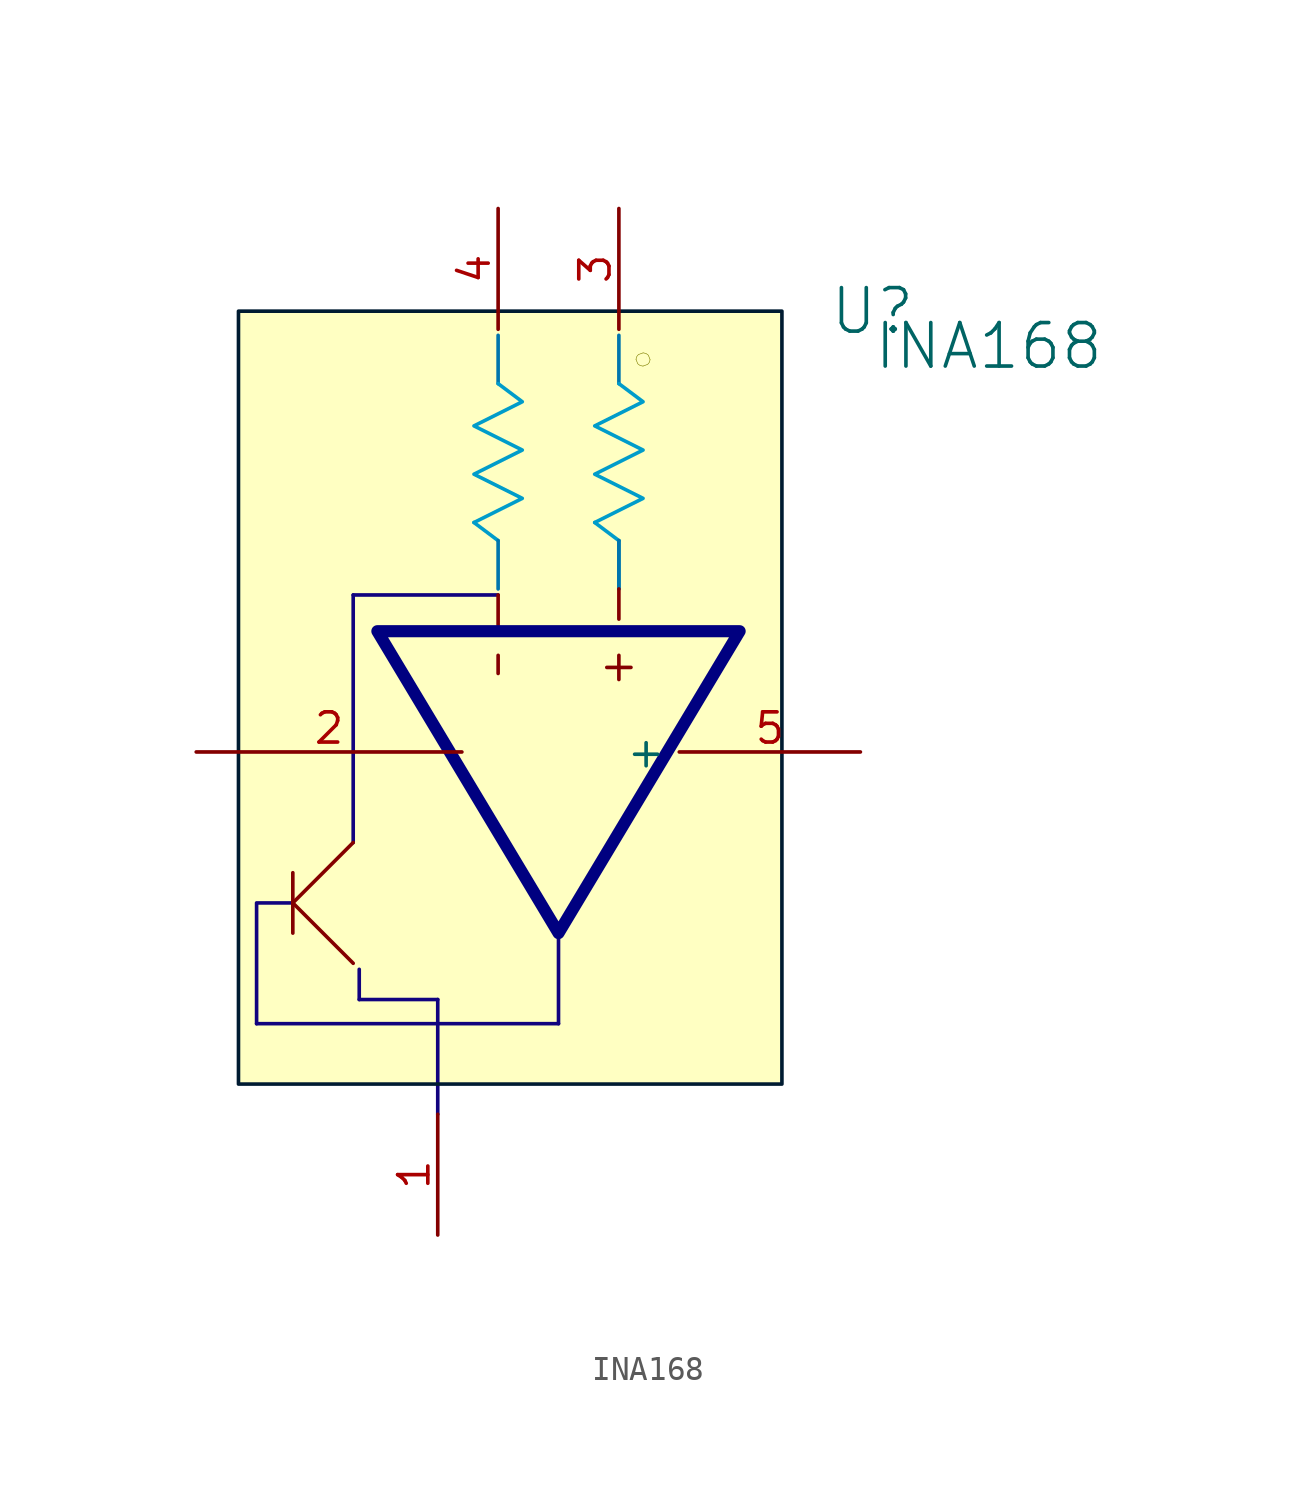
<source format=kicad_sym>
(kicad_symbol_lib
  (version 20241209)
  (generator "kicad_symbol_editor")
  (generator_version "9.0")
  (symbol "INA168"
    (property "Reference" "U"
      (at 13.208 18.542 0)
      (effects (font (size 1.829 1.829))))
    (property "Value" "INA168"
      (at 13.208 16.002 0)
      (effects (font (size 1.829 1.829)) (justify left bottom)))
    (symbol "INA168_1_0"
      (polyline (pts (xy -12.7 -11.43) (xy -12.7 -6.35) (xy -11.176 -6.35)) (stroke (width 0) (type solid) (color 17 3 127 1)) (fill (type none)))
      (polyline (pts (xy -11.176 -5.08) (xy -11.176 -7.62)) (stroke (width 0) (type solid)) (fill (type none)))
      (polyline (pts (xy -8.636 6.604) (xy -8.636 -3.81)) (stroke (width 0) (type solid) (color 17 3 127 1)) (fill (type none)))
      (polyline (pts (xy -8.636 -3.81) (xy -11.176 -6.35)) (stroke (width 0) (type solid)) (fill (type none)))
      (polyline (pts (xy -8.636 -8.89) (xy -11.176 -6.35)) (stroke (width 0) (type solid)) (fill (type none)))
      (polyline (pts (xy -8.382 -9.144) (xy -8.382 -10.414)) (stroke (width 0) (type solid) (color 17 3 127 1)) (fill (type none)))
      (polyline (pts (xy -8.382 -10.414) (xy -5.08 -10.414)) (stroke (width 0) (type solid) (color 17 3 127 1)) (fill (type none)))
      (polyline (pts (xy -5.08 -15.24) (xy -5.08 -10.414)) (stroke (width 0) (type solid) (color 17 3 127 1)) (fill (type none)))
      (polyline (pts (xy -3.556 9.652) (xy -2.54 8.89)) (stroke (width 0) (type solid) (color 0 156 202 1)) (fill (type none)))
      (polyline (pts (xy -2.54 17.526) (xy -2.54 15.494)) (stroke (width 0) (type solid) (color 0 117 173 1)) (fill (type none)))
      (polyline (pts (xy -2.54 15.494) (xy -1.524 14.732) (xy -3.556 13.716) (xy -1.524 12.7) (xy -3.556 11.684) (xy -1.524 10.668) (xy -3.556 9.652)) (stroke (width 0) (type solid) (color 0 156 202 1)) (fill (type none)))
      (polyline (pts (xy -2.54 8.89) (xy -2.54 6.858)) (stroke (width 0) (type solid) (color 0 117 173 1)) (fill (type none)))
      (polyline (pts (xy -2.54 6.604) (xy -8.636 6.604)) (stroke (width 0) (type solid) (color 17 3 127 1)) (fill (type none)))
      (polyline (pts (xy -2.54 6.604) (xy -2.54 5.334)) (stroke (width 0) (type solid)) (fill (type none)))
      (polyline (pts (xy -2.54 4.064) (xy -2.54 3.302)) (stroke (width 0) (type solid)) (fill (type none)))
      (polyline (pts (xy 0 -7.366) (xy 0 -11.43)) (stroke (width 0) (type solid) (color 17 3 127 1)) (fill (type none)))
      (polyline (pts (xy 0 -11.43) (xy -12.7 -11.43)) (stroke (width 0) (type solid) (color 17 3 127 1)) (fill (type none)))
      (polyline (pts (xy 1.524 9.652) (xy 2.54 8.89)) (stroke (width 0) (type solid) (color 0 156 202 1)) (fill (type none)))
      (polyline (pts (xy 2.54 17.526) (xy 2.54 15.494)) (stroke (width 0) (type solid) (color 0 117 173 1)) (fill (type none)))
      (polyline (pts (xy 2.54 15.494) (xy 3.556 14.732) (xy 1.524 13.716) (xy 3.556 12.7) (xy 1.524 11.684) (xy 3.556 10.668) (xy 1.524 9.652)) (stroke (width 0) (type solid) (color 0 156 202 1)) (fill (type none)))
      (polyline (pts (xy 2.54 8.89) (xy 2.54 6.858)) (stroke (width 0) (type solid) (color 0 117 173 1)) (fill (type none)))
      (polyline (pts (xy 2.54 8.89) (xy 2.54 6.858)) (stroke (width 0) (type solid) (color 0 117 173 1)) (fill (type none)))
      (polyline (pts (xy 2.54 6.858) (xy 2.54 5.588)) (stroke (width 0) (type solid)) (fill (type none)))
      (polyline (pts (xy 2.54 3.048) (xy 2.54 4.064)) (stroke (width 0) (type solid)) (fill (type none)))
      (polyline (pts (xy 3.048 3.556) (xy 2.032 3.556)) (stroke (width 0) (type solid)) (fill (type none)))
      (bezier (pts (xy 3.262 16.51) (xy 3.262 16.357) (xy 3.394 16.233) (xy 3.556 16.233)) (stroke (width 0.025) (type solid) (color 128 128 0 1)) (fill (type color) (color 63 69 17 1)))
      (bezier (pts (xy 3.556 16.787) (xy 3.394 16.787) (xy 3.262 16.663) (xy 3.262 16.51)) (stroke (width 0.025) (type solid) (color 128 128 0 1)) (fill (type color) (color 63 69 17 1)))
      (bezier (pts (xy 3.556 16.233) (xy 3.718 16.233) (xy 3.85 16.357) (xy 3.85 16.51)) (stroke (width 0.025) (type solid) (color 128 128 0 1)) (fill (type color) (color 63 69 17 1)))
      (polyline (pts (xy 3.85 16.51) (xy 3.556 16.787) (xy 3.262 16.51) (xy 3.556 16.233) (xy 3.85 16.51)) (stroke (width -0.0001) (type default)) (fill (type color) (color 63 69 17 1)))
      (bezier (pts (xy 3.85 16.51) (xy 3.85 16.663) (xy 3.718 16.787) (xy 3.556 16.787)) (stroke (width 0.025) (type solid) (color 128 128 0 1)) (fill (type color) (color 63 69 17 1)))
      (polyline (pts (xy 7.62 5.08) (xy -7.62 5.08) (xy 0 -7.62) (xy 7.62 5.08)) (stroke (width 0.508) (type solid) (color 0 0 128 1)) (fill (type background)))
      (rectangle (start 9.398 18.542) (end -13.462 -13.97) (stroke (width 0) (type solid) (color 0 27 49 1)) (fill (type background)))
      (pin passive line (at -15.24 0 0) (length 11.176) (name "V-" (effects (font (size 0 0)))) (number "2" (effects (font (size 1.27 1.27)))))
      (pin passive line (at -5.08 -20.32 90) (length 5.08) (name "out" (effects (font (size 0 0)))) (number "1" (effects (font (size 1.27 1.27)))))
      (pin passive line (at -2.54 22.86 270) (length 5.08) (name "-" (effects (font (size 0 0)))) (number "4" (effects (font (size 1.27 1.27)))))
      (pin passive line (at 2.54 22.86 270) (length 5.08) (name "+" (effects (font (size 0 0)))) (number "3" (effects (font (size 1.27 1.27)))))
      (pin passive line (at 12.7 0 180) (length 7.62) (name "+" (effects (font (size 1.27 1.27)))) (number "5" (effects (font (size 1.27 1.27)))))
      (pin passive line (at 12.7 -5.08 180) (length 7.62) (hide yes) (name "NC" (effects (font (size 1.27 1.27)))) (number "8" (effects (font (size 1.27 1.27))))))))
</source>
